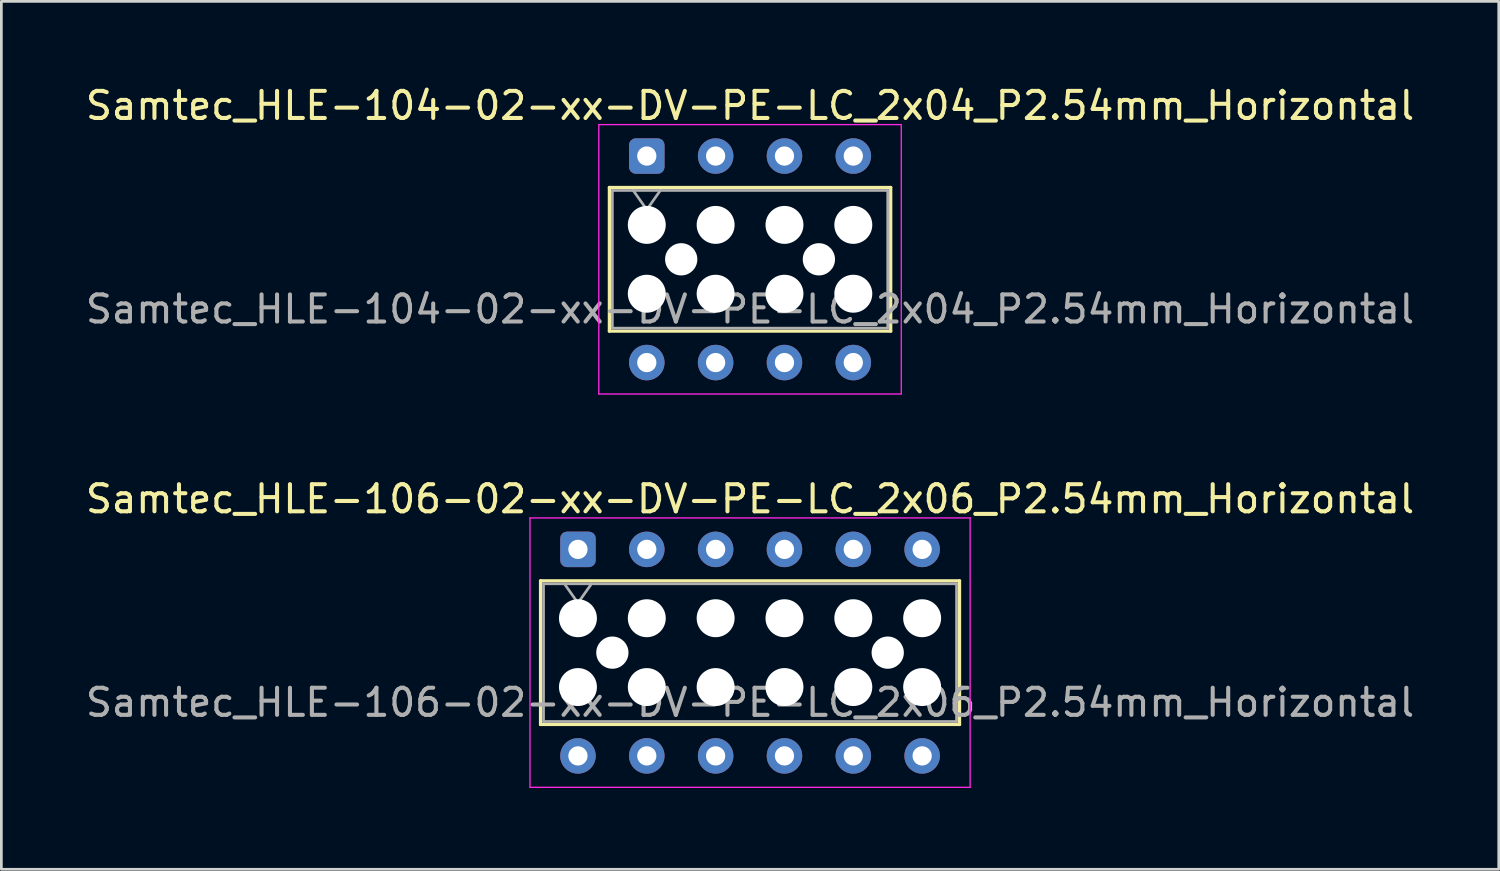
<source format=kicad_pcb>
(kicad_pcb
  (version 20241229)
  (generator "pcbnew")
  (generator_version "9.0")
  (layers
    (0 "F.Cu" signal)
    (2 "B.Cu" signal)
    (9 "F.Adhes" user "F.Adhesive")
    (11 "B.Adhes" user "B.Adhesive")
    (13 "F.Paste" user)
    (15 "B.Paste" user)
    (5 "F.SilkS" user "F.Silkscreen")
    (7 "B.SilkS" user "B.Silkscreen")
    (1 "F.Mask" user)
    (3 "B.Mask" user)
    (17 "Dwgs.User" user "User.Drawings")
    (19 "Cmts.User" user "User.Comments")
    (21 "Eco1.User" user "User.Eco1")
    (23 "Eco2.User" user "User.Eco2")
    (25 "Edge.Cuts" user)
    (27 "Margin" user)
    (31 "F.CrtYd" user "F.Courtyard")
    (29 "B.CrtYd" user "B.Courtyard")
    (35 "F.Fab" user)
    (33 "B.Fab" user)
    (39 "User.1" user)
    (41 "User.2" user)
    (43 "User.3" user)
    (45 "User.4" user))
  (footprint "Samtec_HLE-104-02-xx-DV-PE-LC_2x04_P2.54mm_Horizontal"
    (layer "F.Cu")
    (at 20.815 2.708)
    (property "Reference" "Samtec_HLE-104-02-xx-DV-PE-LC_2x04_P2.54mm_Horizontal" (at 3.81 -1.86 0) (layer "F.SilkS") (effects (font (size 1 1) (thickness 0.15))))
    (attr through_hole)
    (fp_line (start -1.38 1.16) (end 9 1.16) (stroke (width 0.12) (type solid)) (layer "F.SilkS"))
    (fp_line (start -1.38 6.46) (end -1.38 1.16) (stroke (width 0.12) (type solid)) (layer "F.SilkS"))
    (fp_line (start 9 1.16) (end 9 6.46) (stroke (width 0.12) (type solid)) (layer "F.SilkS"))
    (fp_line (start 9 6.46) (end -1.38 6.46) (stroke (width 0.12) (type solid)) (layer "F.SilkS"))
    (fp_line (start -1.77 -1.16) (end 9.39 -1.16) (stroke (width 0.05) (type solid)) (layer "F.CrtYd"))
    (fp_line (start -1.77 8.78) (end -1.77 -1.16) (stroke (width 0.05) (type solid)) (layer "F.CrtYd"))
    (fp_line (start 9.39 -1.16) (end 9.39 8.78) (stroke (width 0.05) (type solid)) (layer "F.CrtYd"))
    (fp_line (start 9.39 8.78) (end -1.77 8.78) (stroke (width 0.05) (type solid)) (layer "F.CrtYd"))
    (fp_line (start -1.27 1.27) (end 8.89 1.27) (stroke (width 0.1) (type solid)) (layer "F.Fab"))
    (fp_line (start -1.27 6.35) (end -1.27 1.27) (stroke (width 0.1) (type solid)) (layer "F.Fab"))
    (fp_line (start -0.5 1.27) (end 0 1.977) (stroke (width 0.1) (type solid)) (layer "F.Fab"))
    (fp_line (start 0 1.977) (end 0.5 1.27) (stroke (width 0.1) (type solid)) (layer "F.Fab"))
    (fp_line (start 8.89 1.27) (end 8.89 6.35) (stroke (width 0.1) (type solid)) (layer "F.Fab"))
    (fp_line (start 8.89 6.35) (end -1.27 6.35) (stroke (width 0.1) (type solid)) (layer "F.Fab"))
    (fp_text user "${REFERENCE}" (at 3.81 5.65 0) (layer "F.Fab") (effects (font (size 1 1) (thickness 0.15))))
    (pad "" np_thru_hole circle (at 0 2.54) (size 1.4 1.4) (drill 1.4) (layers "*.Cu" "*.Mask"))
    (pad "" np_thru_hole circle (at 0 5.08) (size 1.4 1.4) (drill 1.4) (layers "*.Cu" "*.Mask"))
    (pad "" np_thru_hole circle (at 1.27 3.81) (size 1.19 1.19) (drill 1.19) (layers "*.Cu" "*.Mask"))
    (pad "" np_thru_hole circle (at 2.54 2.54) (size 1.4 1.4) (drill 1.4) (layers "*.Cu" "*.Mask"))
    (pad "" np_thru_hole circle (at 2.54 5.08) (size 1.4 1.4) (drill 1.4) (layers "*.Cu" "*.Mask"))
    (pad "" np_thru_hole circle (at 5.08 2.54) (size 1.4 1.4) (drill 1.4) (layers "*.Cu" "*.Mask"))
    (pad "" np_thru_hole circle (at 5.08 5.08) (size 1.4 1.4) (drill 1.4) (layers "*.Cu" "*.Mask"))
    (pad "" np_thru_hole circle (at 6.35 3.81) (size 1.19 1.19) (drill 1.19) (layers "*.Cu" "*.Mask"))
    (pad "" np_thru_hole circle (at 7.62 2.54) (size 1.4 1.4) (drill 1.4) (layers "*.Cu" "*.Mask"))
    (pad "" np_thru_hole circle (at 7.62 5.08) (size 1.4 1.4) (drill 1.4) (layers "*.Cu" "*.Mask"))
    (pad "1" thru_hole roundrect (at 0 0) (size 1.31 1.31) (drill 0.71) (layers "*.Cu" "*.Mask") (roundrect_rratio 0.191))
    (pad "2" thru_hole circle (at 0 7.62) (size 1.31 1.31) (drill 0.71) (layers "*.Cu" "*.Mask"))
    (pad "3" thru_hole circle (at 2.54 0) (size 1.31 1.31) (drill 0.71) (layers "*.Cu" "*.Mask"))
    (pad "4" thru_hole circle (at 2.54 7.62) (size 1.31 1.31) (drill 0.71) (layers "*.Cu" "*.Mask"))
    (pad "5" thru_hole circle (at 5.08 0) (size 1.31 1.31) (drill 0.71) (layers "*.Cu" "*.Mask"))
    (pad "6" thru_hole circle (at 5.08 7.62) (size 1.31 1.31) (drill 0.71) (layers "*.Cu" "*.Mask"))
    (pad "7" thru_hole circle (at 7.62 0) (size 1.31 1.31) (drill 0.71) (layers "*.Cu" "*.Mask"))
    (pad "8" thru_hole circle (at 7.62 7.62) (size 1.31 1.31) (drill 0.71) (layers "*.Cu" "*.Mask")))
  (footprint "Samtec_HLE-106-02-xx-DV-PE-LC_2x06_P2.54mm_Horizontal"
    (layer "F.Cu")
    (at 18.275 17.221)
    (property "Reference" "Samtec_HLE-106-02-xx-DV-PE-LC_2x06_P2.54mm_Horizontal" (at 6.35 -1.86 0) (layer "F.SilkS") (effects (font (size 1 1) (thickness 0.15))))
    (attr through_hole)
    (fp_line (start -1.38 1.16) (end 14.08 1.16) (stroke (width 0.12) (type solid)) (layer "F.SilkS"))
    (fp_line (start -1.38 6.46) (end -1.38 1.16) (stroke (width 0.12) (type solid)) (layer "F.SilkS"))
    (fp_line (start 14.08 1.16) (end 14.08 6.46) (stroke (width 0.12) (type solid)) (layer "F.SilkS"))
    (fp_line (start 14.08 6.46) (end -1.38 6.46) (stroke (width 0.12) (type solid)) (layer "F.SilkS"))
    (fp_line (start -1.77 -1.16) (end 14.47 -1.16) (stroke (width 0.05) (type solid)) (layer "F.CrtYd"))
    (fp_line (start -1.77 8.78) (end -1.77 -1.16) (stroke (width 0.05) (type solid)) (layer "F.CrtYd"))
    (fp_line (start 14.47 -1.16) (end 14.47 8.78) (stroke (width 0.05) (type solid)) (layer "F.CrtYd"))
    (fp_line (start 14.47 8.78) (end -1.77 8.78) (stroke (width 0.05) (type solid)) (layer "F.CrtYd"))
    (fp_line (start -1.27 1.27) (end 13.97 1.27) (stroke (width 0.1) (type solid)) (layer "F.Fab"))
    (fp_line (start -1.27 6.35) (end -1.27 1.27) (stroke (width 0.1) (type solid)) (layer "F.Fab"))
    (fp_line (start -0.5 1.27) (end 0 1.977) (stroke (width 0.1) (type solid)) (layer "F.Fab"))
    (fp_line (start 0 1.977) (end 0.5 1.27) (stroke (width 0.1) (type solid)) (layer "F.Fab"))
    (fp_line (start 13.97 1.27) (end 13.97 6.35) (stroke (width 0.1) (type solid)) (layer "F.Fab"))
    (fp_line (start 13.97 6.35) (end -1.27 6.35) (stroke (width 0.1) (type solid)) (layer "F.Fab"))
    (fp_text user "${REFERENCE}" (at 6.35 5.65 0) (layer "F.Fab") (effects (font (size 1 1) (thickness 0.15))))
    (pad "" np_thru_hole circle (at 0 2.54) (size 1.4 1.4) (drill 1.4) (layers "*.Cu" "*.Mask"))
    (pad "" np_thru_hole circle (at 0 5.08) (size 1.4 1.4) (drill 1.4) (layers "*.Cu" "*.Mask"))
    (pad "" np_thru_hole circle (at 1.27 3.81) (size 1.19 1.19) (drill 1.19) (layers "*.Cu" "*.Mask"))
    (pad "" np_thru_hole circle (at 2.54 2.54) (size 1.4 1.4) (drill 1.4) (layers "*.Cu" "*.Mask"))
    (pad "" np_thru_hole circle (at 2.54 5.08) (size 1.4 1.4) (drill 1.4) (layers "*.Cu" "*.Mask"))
    (pad "" np_thru_hole circle (at 5.08 2.54) (size 1.4 1.4) (drill 1.4) (layers "*.Cu" "*.Mask"))
    (pad "" np_thru_hole circle (at 5.08 5.08) (size 1.4 1.4) (drill 1.4) (layers "*.Cu" "*.Mask"))
    (pad "" np_thru_hole circle (at 7.62 2.54) (size 1.4 1.4) (drill 1.4) (layers "*.Cu" "*.Mask"))
    (pad "" np_thru_hole circle (at 7.62 5.08) (size 1.4 1.4) (drill 1.4) (layers "*.Cu" "*.Mask"))
    (pad "" np_thru_hole circle (at 10.16 2.54) (size 1.4 1.4) (drill 1.4) (layers "*.Cu" "*.Mask"))
    (pad "" np_thru_hole circle (at 10.16 5.08) (size 1.4 1.4) (drill 1.4) (layers "*.Cu" "*.Mask"))
    (pad "" np_thru_hole circle (at 11.43 3.81) (size 1.19 1.19) (drill 1.19) (layers "*.Cu" "*.Mask"))
    (pad "" np_thru_hole circle (at 12.7 2.54) (size 1.4 1.4) (drill 1.4) (layers "*.Cu" "*.Mask"))
    (pad "" np_thru_hole circle (at 12.7 5.08) (size 1.4 1.4) (drill 1.4) (layers "*.Cu" "*.Mask"))
    (pad "1" thru_hole roundrect (at 0 0) (size 1.31 1.31) (drill 0.71) (layers "*.Cu" "*.Mask") (roundrect_rratio 0.191))
    (pad "2" thru_hole circle (at 0 7.62) (size 1.31 1.31) (drill 0.71) (layers "*.Cu" "*.Mask"))
    (pad "3" thru_hole circle (at 2.54 0) (size 1.31 1.31) (drill 0.71) (layers "*.Cu" "*.Mask"))
    (pad "4" thru_hole circle (at 2.54 7.62) (size 1.31 1.31) (drill 0.71) (layers "*.Cu" "*.Mask"))
    (pad "5" thru_hole circle (at 5.08 0) (size 1.31 1.31) (drill 0.71) (layers "*.Cu" "*.Mask"))
    (pad "6" thru_hole circle (at 5.08 7.62) (size 1.31 1.31) (drill 0.71) (layers "*.Cu" "*.Mask"))
    (pad "7" thru_hole circle (at 7.62 0) (size 1.31 1.31) (drill 0.71) (layers "*.Cu" "*.Mask"))
    (pad "8" thru_hole circle (at 7.62 7.62) (size 1.31 1.31) (drill 0.71) (layers "*.Cu" "*.Mask"))
    (pad "9" thru_hole circle (at 10.16 0) (size 1.31 1.31) (drill 0.71) (layers "*.Cu" "*.Mask"))
    (pad "10" thru_hole circle (at 10.16 7.62) (size 1.31 1.31) (drill 0.71) (layers "*.Cu" "*.Mask"))
    (pad "11" thru_hole circle (at 12.7 0) (size 1.31 1.31) (drill 0.71) (layers "*.Cu" "*.Mask"))
    (pad "12" thru_hole circle (at 12.7 7.62) (size 1.31 1.31) (drill 0.71) (layers "*.Cu" "*.Mask")))
  (gr_rect
    (start -3 -3)
    (end 52.25 29.026)
    (stroke (width 0.1) (type default))
    (fill no)
    (layer "Edge.Cuts")))
</source>
